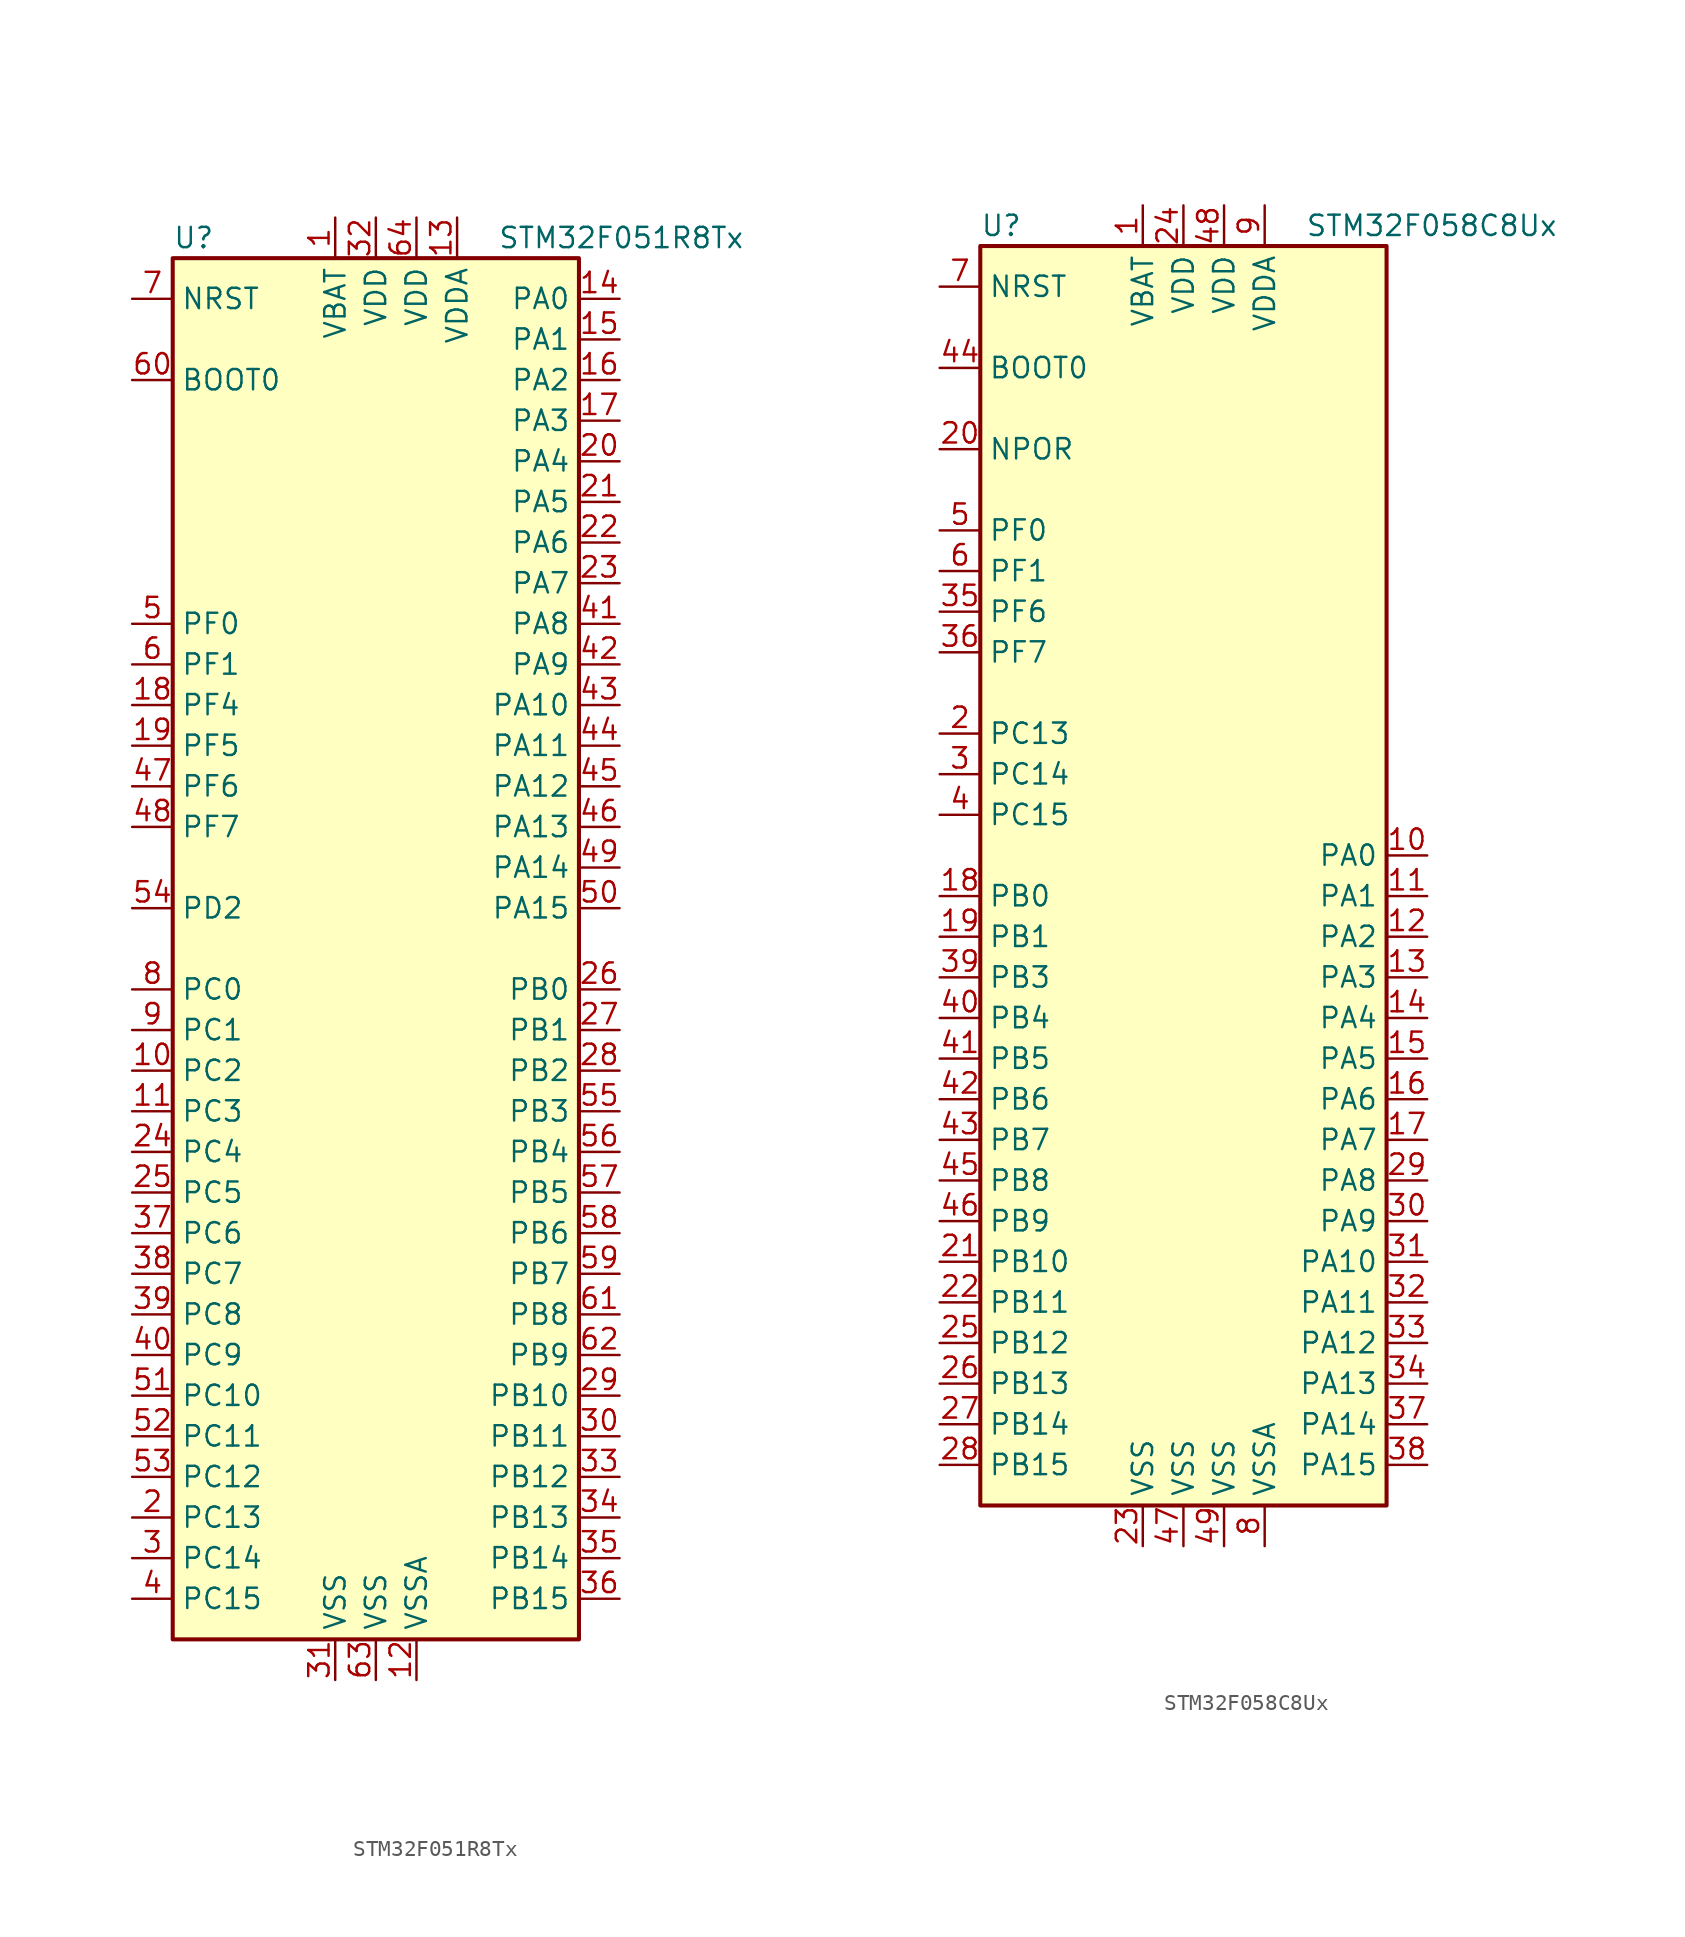
<source format=kicad_sym>
(kicad_symbol_lib
  (version 20201005)
  (generator kicad_symbol_editor)
  (symbol "STM32F051R8Tx"
    (property "Reference" "U"
      (at -12.7 44.45 0)
      (effects (font (size 1.27 1.27)) (justify left)))
    (property "Value" "STM32F051R8Tx"
      (at 7.62 44.45 0)
      (effects (font (size 1.27 1.27)) (justify left)))
    (symbol "STM32F051R8Tx_0_1"
      (rectangle (start -12.7 -43.18) (end 12.7 43.18) (stroke (width 0.254)) (fill (type background))))
    (symbol "STM32F051R8Tx_1_1"
      (pin power_in line (at -2.54 45.72 270) (length 2.54) (name "VBAT" (effects (font (size 1.27 1.27)))) (number "1" (effects (font (size 1.27 1.27)))))
      (pin bidirectional line (at -15.24 -7.62 0) (length 2.54) (name "PC2" (effects (font (size 1.27 1.27)))) (number "10" (effects (font (size 1.27 1.27)))))
      (pin bidirectional line (at -15.24 -10.16 0) (length 2.54) (name "PC3" (effects (font (size 1.27 1.27)))) (number "11" (effects (font (size 1.27 1.27)))))
      (pin power_in line (at 2.54 -45.72 90) (length 2.54) (name "VSSA" (effects (font (size 1.27 1.27)))) (number "12" (effects (font (size 1.27 1.27)))))
      (pin power_in line (at 5.08 45.72 270) (length 2.54) (name "VDDA" (effects (font (size 1.27 1.27)))) (number "13" (effects (font (size 1.27 1.27)))))
      (pin bidirectional line (at 15.24 40.64 180) (length 2.54) (name "PA0" (effects (font (size 1.27 1.27)))) (number "14" (effects (font (size 1.27 1.27)))))
      (pin bidirectional line (at 15.24 38.1 180) (length 2.54) (name "PA1" (effects (font (size 1.27 1.27)))) (number "15" (effects (font (size 1.27 1.27)))))
      (pin bidirectional line (at 15.24 35.56 180) (length 2.54) (name "PA2" (effects (font (size 1.27 1.27)))) (number "16" (effects (font (size 1.27 1.27)))))
      (pin bidirectional line (at 15.24 33.02 180) (length 2.54) (name "PA3" (effects (font (size 1.27 1.27)))) (number "17" (effects (font (size 1.27 1.27)))))
      (pin bidirectional line (at -15.24 15.24 0) (length 2.54) (name "PF4" (effects (font (size 1.27 1.27)))) (number "18" (effects (font (size 1.27 1.27)))))
      (pin bidirectional line (at -15.24 12.7 0) (length 2.54) (name "PF5" (effects (font (size 1.27 1.27)))) (number "19" (effects (font (size 1.27 1.27)))))
      (pin bidirectional line (at -15.24 -35.56 0) (length 2.54) (name "PC13" (effects (font (size 1.27 1.27)))) (number "2" (effects (font (size 1.27 1.27)))))
      (pin bidirectional line (at 15.24 30.48 180) (length 2.54) (name "PA4" (effects (font (size 1.27 1.27)))) (number "20" (effects (font (size 1.27 1.27)))))
      (pin bidirectional line (at 15.24 27.94 180) (length 2.54) (name "PA5" (effects (font (size 1.27 1.27)))) (number "21" (effects (font (size 1.27 1.27)))))
      (pin bidirectional line (at 15.24 25.4 180) (length 2.54) (name "PA6" (effects (font (size 1.27 1.27)))) (number "22" (effects (font (size 1.27 1.27)))))
      (pin bidirectional line (at 15.24 22.86 180) (length 2.54) (name "PA7" (effects (font (size 1.27 1.27)))) (number "23" (effects (font (size 1.27 1.27)))))
      (pin bidirectional line (at -15.24 -12.7 0) (length 2.54) (name "PC4" (effects (font (size 1.27 1.27)))) (number "24" (effects (font (size 1.27 1.27)))))
      (pin bidirectional line (at -15.24 -15.24 0) (length 2.54) (name "PC5" (effects (font (size 1.27 1.27)))) (number "25" (effects (font (size 1.27 1.27)))))
      (pin bidirectional line (at 15.24 -2.54 180) (length 2.54) (name "PB0" (effects (font (size 1.27 1.27)))) (number "26" (effects (font (size 1.27 1.27)))))
      (pin bidirectional line (at 15.24 -5.08 180) (length 2.54) (name "PB1" (effects (font (size 1.27 1.27)))) (number "27" (effects (font (size 1.27 1.27)))))
      (pin bidirectional line (at 15.24 -7.62 180) (length 2.54) (name "PB2" (effects (font (size 1.27 1.27)))) (number "28" (effects (font (size 1.27 1.27)))))
      (pin bidirectional line (at 15.24 -27.94 180) (length 2.54) (name "PB10" (effects (font (size 1.27 1.27)))) (number "29" (effects (font (size 1.27 1.27)))))
      (pin bidirectional line (at -15.24 -38.1 0) (length 2.54) (name "PC14" (effects (font (size 1.27 1.27)))) (number "3" (effects (font (size 1.27 1.27)))))
      (pin bidirectional line (at 15.24 -30.48 180) (length 2.54) (name "PB11" (effects (font (size 1.27 1.27)))) (number "30" (effects (font (size 1.27 1.27)))))
      (pin power_in line (at -2.54 -45.72 90) (length 2.54) (name "VSS" (effects (font (size 1.27 1.27)))) (number "31" (effects (font (size 1.27 1.27)))))
      (pin power_in line (at 0 45.72 270) (length 2.54) (name "VDD" (effects (font (size 1.27 1.27)))) (number "32" (effects (font (size 1.27 1.27)))))
      (pin bidirectional line (at 15.24 -33.02 180) (length 2.54) (name "PB12" (effects (font (size 1.27 1.27)))) (number "33" (effects (font (size 1.27 1.27)))))
      (pin bidirectional line (at 15.24 -35.56 180) (length 2.54) (name "PB13" (effects (font (size 1.27 1.27)))) (number "34" (effects (font (size 1.27 1.27)))))
      (pin bidirectional line (at 15.24 -38.1 180) (length 2.54) (name "PB14" (effects (font (size 1.27 1.27)))) (number "35" (effects (font (size 1.27 1.27)))))
      (pin bidirectional line (at 15.24 -40.64 180) (length 2.54) (name "PB15" (effects (font (size 1.27 1.27)))) (number "36" (effects (font (size 1.27 1.27)))))
      (pin bidirectional line (at -15.24 -17.78 0) (length 2.54) (name "PC6" (effects (font (size 1.27 1.27)))) (number "37" (effects (font (size 1.27 1.27)))))
      (pin bidirectional line (at -15.24 -20.32 0) (length 2.54) (name "PC7" (effects (font (size 1.27 1.27)))) (number "38" (effects (font (size 1.27 1.27)))))
      (pin bidirectional line (at -15.24 -22.86 0) (length 2.54) (name "PC8" (effects (font (size 1.27 1.27)))) (number "39" (effects (font (size 1.27 1.27)))))
      (pin bidirectional line (at -15.24 -40.64 0) (length 2.54) (name "PC15" (effects (font (size 1.27 1.27)))) (number "4" (effects (font (size 1.27 1.27)))))
      (pin bidirectional line (at -15.24 -25.4 0) (length 2.54) (name "PC9" (effects (font (size 1.27 1.27)))) (number "40" (effects (font (size 1.27 1.27)))))
      (pin bidirectional line (at 15.24 20.32 180) (length 2.54) (name "PA8" (effects (font (size 1.27 1.27)))) (number "41" (effects (font (size 1.27 1.27)))))
      (pin bidirectional line (at 15.24 17.78 180) (length 2.54) (name "PA9" (effects (font (size 1.27 1.27)))) (number "42" (effects (font (size 1.27 1.27)))))
      (pin bidirectional line (at 15.24 15.24 180) (length 2.54) (name "PA10" (effects (font (size 1.27 1.27)))) (number "43" (effects (font (size 1.27 1.27)))))
      (pin bidirectional line (at 15.24 12.7 180) (length 2.54) (name "PA11" (effects (font (size 1.27 1.27)))) (number "44" (effects (font (size 1.27 1.27)))))
      (pin bidirectional line (at 15.24 10.16 180) (length 2.54) (name "PA12" (effects (font (size 1.27 1.27)))) (number "45" (effects (font (size 1.27 1.27)))))
      (pin bidirectional line (at 15.24 7.62 180) (length 2.54) (name "PA13" (effects (font (size 1.27 1.27)))) (number "46" (effects (font (size 1.27 1.27)))))
      (pin bidirectional line (at -15.24 10.16 0) (length 2.54) (name "PF6" (effects (font (size 1.27 1.27)))) (number "47" (effects (font (size 1.27 1.27)))))
      (pin bidirectional line (at -15.24 7.62 0) (length 2.54) (name "PF7" (effects (font (size 1.27 1.27)))) (number "48" (effects (font (size 1.27 1.27)))))
      (pin bidirectional line (at 15.24 5.08 180) (length 2.54) (name "PA14" (effects (font (size 1.27 1.27)))) (number "49" (effects (font (size 1.27 1.27)))))
      (pin input line (at -15.24 20.32 0) (length 2.54) (name "PF0" (effects (font (size 1.27 1.27)))) (number "5" (effects (font (size 1.27 1.27)))))
      (pin bidirectional line (at 15.24 2.54 180) (length 2.54) (name "PA15" (effects (font (size 1.27 1.27)))) (number "50" (effects (font (size 1.27 1.27)))))
      (pin bidirectional line (at -15.24 -27.94 0) (length 2.54) (name "PC10" (effects (font (size 1.27 1.27)))) (number "51" (effects (font (size 1.27 1.27)))))
      (pin bidirectional line (at -15.24 -30.48 0) (length 2.54) (name "PC11" (effects (font (size 1.27 1.27)))) (number "52" (effects (font (size 1.27 1.27)))))
      (pin bidirectional line (at -15.24 -33.02 0) (length 2.54) (name "PC12" (effects (font (size 1.27 1.27)))) (number "53" (effects (font (size 1.27 1.27)))))
      (pin bidirectional line (at -15.24 2.54 0) (length 2.54) (name "PD2" (effects (font (size 1.27 1.27)))) (number "54" (effects (font (size 1.27 1.27)))))
      (pin bidirectional line (at 15.24 -10.16 180) (length 2.54) (name "PB3" (effects (font (size 1.27 1.27)))) (number "55" (effects (font (size 1.27 1.27)))))
      (pin bidirectional line (at 15.24 -12.7 180) (length 2.54) (name "PB4" (effects (font (size 1.27 1.27)))) (number "56" (effects (font (size 1.27 1.27)))))
      (pin bidirectional line (at 15.24 -15.24 180) (length 2.54) (name "PB5" (effects (font (size 1.27 1.27)))) (number "57" (effects (font (size 1.27 1.27)))))
      (pin bidirectional line (at 15.24 -17.78 180) (length 2.54) (name "PB6" (effects (font (size 1.27 1.27)))) (number "58" (effects (font (size 1.27 1.27)))))
      (pin bidirectional line (at 15.24 -20.32 180) (length 2.54) (name "PB7" (effects (font (size 1.27 1.27)))) (number "59" (effects (font (size 1.27 1.27)))))
      (pin input line (at -15.24 17.78 0) (length 2.54) (name "PF1" (effects (font (size 1.27 1.27)))) (number "6" (effects (font (size 1.27 1.27)))))
      (pin input line (at -15.24 35.56 0) (length 2.54) (name "BOOT0" (effects (font (size 1.27 1.27)))) (number "60" (effects (font (size 1.27 1.27)))))
      (pin bidirectional line (at 15.24 -22.86 180) (length 2.54) (name "PB8" (effects (font (size 1.27 1.27)))) (number "61" (effects (font (size 1.27 1.27)))))
      (pin bidirectional line (at 15.24 -25.4 180) (length 2.54) (name "PB9" (effects (font (size 1.27 1.27)))) (number "62" (effects (font (size 1.27 1.27)))))
      (pin power_in line (at 0 -45.72 90) (length 2.54) (name "VSS" (effects (font (size 1.27 1.27)))) (number "63" (effects (font (size 1.27 1.27)))))
      (pin power_in line (at 2.54 45.72 270) (length 2.54) (name "VDD" (effects (font (size 1.27 1.27)))) (number "64" (effects (font (size 1.27 1.27)))))
      (pin input line (at -15.24 40.64 0) (length 2.54) (name "NRST" (effects (font (size 1.27 1.27)))) (number "7" (effects (font (size 1.27 1.27)))))
      (pin bidirectional line (at -15.24 -2.54 0) (length 2.54) (name "PC0" (effects (font (size 1.27 1.27)))) (number "8" (effects (font (size 1.27 1.27)))))
      (pin bidirectional line (at -15.24 -5.08 0) (length 2.54) (name "PC1" (effects (font (size 1.27 1.27)))) (number "9" (effects (font (size 1.27 1.27)))))))
  (symbol "STM32F058C8Ux"
    (property "Reference" "U"
      (at -12.7 39.37 0)
      (effects (font (size 1.27 1.27)) (justify left)))
    (property "Value" "STM32F058C8Ux"
      (at 7.62 39.37 0)
      (effects (font (size 1.27 1.27)) (justify left)))
    (symbol "STM32F058C8Ux_0_1"
      (rectangle (start -12.7 -40.64) (end 12.7 38.1) (stroke (width 0.254)) (fill (type background))))
    (symbol "STM32F058C8Ux_1_1"
      (pin power_in line (at -2.54 40.64 270) (length 2.54) (name "VBAT" (effects (font (size 1.27 1.27)))) (number "1" (effects (font (size 1.27 1.27)))))
      (pin bidirectional line (at 15.24 0 180) (length 2.54) (name "PA0" (effects (font (size 1.27 1.27)))) (number "10" (effects (font (size 1.27 1.27)))))
      (pin bidirectional line (at 15.24 -2.54 180) (length 2.54) (name "PA1" (effects (font (size 1.27 1.27)))) (number "11" (effects (font (size 1.27 1.27)))))
      (pin bidirectional line (at 15.24 -5.08 180) (length 2.54) (name "PA2" (effects (font (size 1.27 1.27)))) (number "12" (effects (font (size 1.27 1.27)))))
      (pin bidirectional line (at 15.24 -7.62 180) (length 2.54) (name "PA3" (effects (font (size 1.27 1.27)))) (number "13" (effects (font (size 1.27 1.27)))))
      (pin bidirectional line (at 15.24 -10.16 180) (length 2.54) (name "PA4" (effects (font (size 1.27 1.27)))) (number "14" (effects (font (size 1.27 1.27)))))
      (pin bidirectional line (at 15.24 -12.7 180) (length 2.54) (name "PA5" (effects (font (size 1.27 1.27)))) (number "15" (effects (font (size 1.27 1.27)))))
      (pin bidirectional line (at 15.24 -15.24 180) (length 2.54) (name "PA6" (effects (font (size 1.27 1.27)))) (number "16" (effects (font (size 1.27 1.27)))))
      (pin bidirectional line (at 15.24 -17.78 180) (length 2.54) (name "PA7" (effects (font (size 1.27 1.27)))) (number "17" (effects (font (size 1.27 1.27)))))
      (pin bidirectional line (at -15.24 -2.54 0) (length 2.54) (name "PB0" (effects (font (size 1.27 1.27)))) (number "18" (effects (font (size 1.27 1.27)))))
      (pin bidirectional line (at -15.24 -5.08 0) (length 2.54) (name "PB1" (effects (font (size 1.27 1.27)))) (number "19" (effects (font (size 1.27 1.27)))))
      (pin bidirectional line (at -15.24 7.62 0) (length 2.54) (name "PC13" (effects (font (size 1.27 1.27)))) (number "2" (effects (font (size 1.27 1.27)))))
      (pin power_in line (at -15.24 25.4 0) (length 2.54) (name "NPOR" (effects (font (size 1.27 1.27)))) (number "20" (effects (font (size 1.27 1.27)))))
      (pin bidirectional line (at -15.24 -25.4 0) (length 2.54) (name "PB10" (effects (font (size 1.27 1.27)))) (number "21" (effects (font (size 1.27 1.27)))))
      (pin bidirectional line (at -15.24 -27.94 0) (length 2.54) (name "PB11" (effects (font (size 1.27 1.27)))) (number "22" (effects (font (size 1.27 1.27)))))
      (pin power_in line (at -2.54 -43.18 90) (length 2.54) (name "VSS" (effects (font (size 1.27 1.27)))) (number "23" (effects (font (size 1.27 1.27)))))
      (pin power_in line (at 0 40.64 270) (length 2.54) (name "VDD" (effects (font (size 1.27 1.27)))) (number "24" (effects (font (size 1.27 1.27)))))
      (pin bidirectional line (at -15.24 -30.48 0) (length 2.54) (name "PB12" (effects (font (size 1.27 1.27)))) (number "25" (effects (font (size 1.27 1.27)))))
      (pin bidirectional line (at -15.24 -33.02 0) (length 2.54) (name "PB13" (effects (font (size 1.27 1.27)))) (number "26" (effects (font (size 1.27 1.27)))))
      (pin bidirectional line (at -15.24 -35.56 0) (length 2.54) (name "PB14" (effects (font (size 1.27 1.27)))) (number "27" (effects (font (size 1.27 1.27)))))
      (pin bidirectional line (at -15.24 -38.1 0) (length 2.54) (name "PB15" (effects (font (size 1.27 1.27)))) (number "28" (effects (font (size 1.27 1.27)))))
      (pin bidirectional line (at 15.24 -20.32 180) (length 2.54) (name "PA8" (effects (font (size 1.27 1.27)))) (number "29" (effects (font (size 1.27 1.27)))))
      (pin bidirectional line (at -15.24 5.08 0) (length 2.54) (name "PC14" (effects (font (size 1.27 1.27)))) (number "3" (effects (font (size 1.27 1.27)))))
      (pin bidirectional line (at 15.24 -22.86 180) (length 2.54) (name "PA9" (effects (font (size 1.27 1.27)))) (number "30" (effects (font (size 1.27 1.27)))))
      (pin bidirectional line (at 15.24 -25.4 180) (length 2.54) (name "PA10" (effects (font (size 1.27 1.27)))) (number "31" (effects (font (size 1.27 1.27)))))
      (pin bidirectional line (at 15.24 -27.94 180) (length 2.54) (name "PA11" (effects (font (size 1.27 1.27)))) (number "32" (effects (font (size 1.27 1.27)))))
      (pin bidirectional line (at 15.24 -30.48 180) (length 2.54) (name "PA12" (effects (font (size 1.27 1.27)))) (number "33" (effects (font (size 1.27 1.27)))))
      (pin bidirectional line (at 15.24 -33.02 180) (length 2.54) (name "PA13" (effects (font (size 1.27 1.27)))) (number "34" (effects (font (size 1.27 1.27)))))
      (pin bidirectional line (at -15.24 15.24 0) (length 2.54) (name "PF6" (effects (font (size 1.27 1.27)))) (number "35" (effects (font (size 1.27 1.27)))))
      (pin bidirectional line (at -15.24 12.7 0) (length 2.54) (name "PF7" (effects (font (size 1.27 1.27)))) (number "36" (effects (font (size 1.27 1.27)))))
      (pin bidirectional line (at 15.24 -35.56 180) (length 2.54) (name "PA14" (effects (font (size 1.27 1.27)))) (number "37" (effects (font (size 1.27 1.27)))))
      (pin bidirectional line (at 15.24 -38.1 180) (length 2.54) (name "PA15" (effects (font (size 1.27 1.27)))) (number "38" (effects (font (size 1.27 1.27)))))
      (pin bidirectional line (at -15.24 -7.62 0) (length 2.54) (name "PB3" (effects (font (size 1.27 1.27)))) (number "39" (effects (font (size 1.27 1.27)))))
      (pin bidirectional line (at -15.24 2.54 0) (length 2.54) (name "PC15" (effects (font (size 1.27 1.27)))) (number "4" (effects (font (size 1.27 1.27)))))
      (pin bidirectional line (at -15.24 -10.16 0) (length 2.54) (name "PB4" (effects (font (size 1.27 1.27)))) (number "40" (effects (font (size 1.27 1.27)))))
      (pin bidirectional line (at -15.24 -12.7 0) (length 2.54) (name "PB5" (effects (font (size 1.27 1.27)))) (number "41" (effects (font (size 1.27 1.27)))))
      (pin bidirectional line (at -15.24 -15.24 0) (length 2.54) (name "PB6" (effects (font (size 1.27 1.27)))) (number "42" (effects (font (size 1.27 1.27)))))
      (pin bidirectional line (at -15.24 -17.78 0) (length 2.54) (name "PB7" (effects (font (size 1.27 1.27)))) (number "43" (effects (font (size 1.27 1.27)))))
      (pin input line (at -15.24 30.48 0) (length 2.54) (name "BOOT0" (effects (font (size 1.27 1.27)))) (number "44" (effects (font (size 1.27 1.27)))))
      (pin bidirectional line (at -15.24 -20.32 0) (length 2.54) (name "PB8" (effects (font (size 1.27 1.27)))) (number "45" (effects (font (size 1.27 1.27)))))
      (pin bidirectional line (at -15.24 -22.86 0) (length 2.54) (name "PB9" (effects (font (size 1.27 1.27)))) (number "46" (effects (font (size 1.27 1.27)))))
      (pin power_in line (at 0 -43.18 90) (length 2.54) (name "VSS" (effects (font (size 1.27 1.27)))) (number "47" (effects (font (size 1.27 1.27)))))
      (pin power_in line (at 2.54 40.64 270) (length 2.54) (name "VDD" (effects (font (size 1.27 1.27)))) (number "48" (effects (font (size 1.27 1.27)))))
      (pin power_in line (at 2.54 -43.18 90) (length 2.54) (name "VSS" (effects (font (size 1.27 1.27)))) (number "49" (effects (font (size 1.27 1.27)))))
      (pin input line (at -15.24 20.32 0) (length 2.54) (name "PF0" (effects (font (size 1.27 1.27)))) (number "5" (effects (font (size 1.27 1.27)))))
      (pin input line (at -15.24 17.78 0) (length 2.54) (name "PF1" (effects (font (size 1.27 1.27)))) (number "6" (effects (font (size 1.27 1.27)))))
      (pin input line (at -15.24 35.56 0) (length 2.54) (name "NRST" (effects (font (size 1.27 1.27)))) (number "7" (effects (font (size 1.27 1.27)))))
      (pin power_in line (at 5.08 -43.18 90) (length 2.54) (name "VSSA" (effects (font (size 1.27 1.27)))) (number "8" (effects (font (size 1.27 1.27)))))
      (pin power_in line (at 5.08 40.64 270) (length 2.54) (name "VDDA" (effects (font (size 1.27 1.27)))) (number "9" (effects (font (size 1.27 1.27))))))))
</source>
